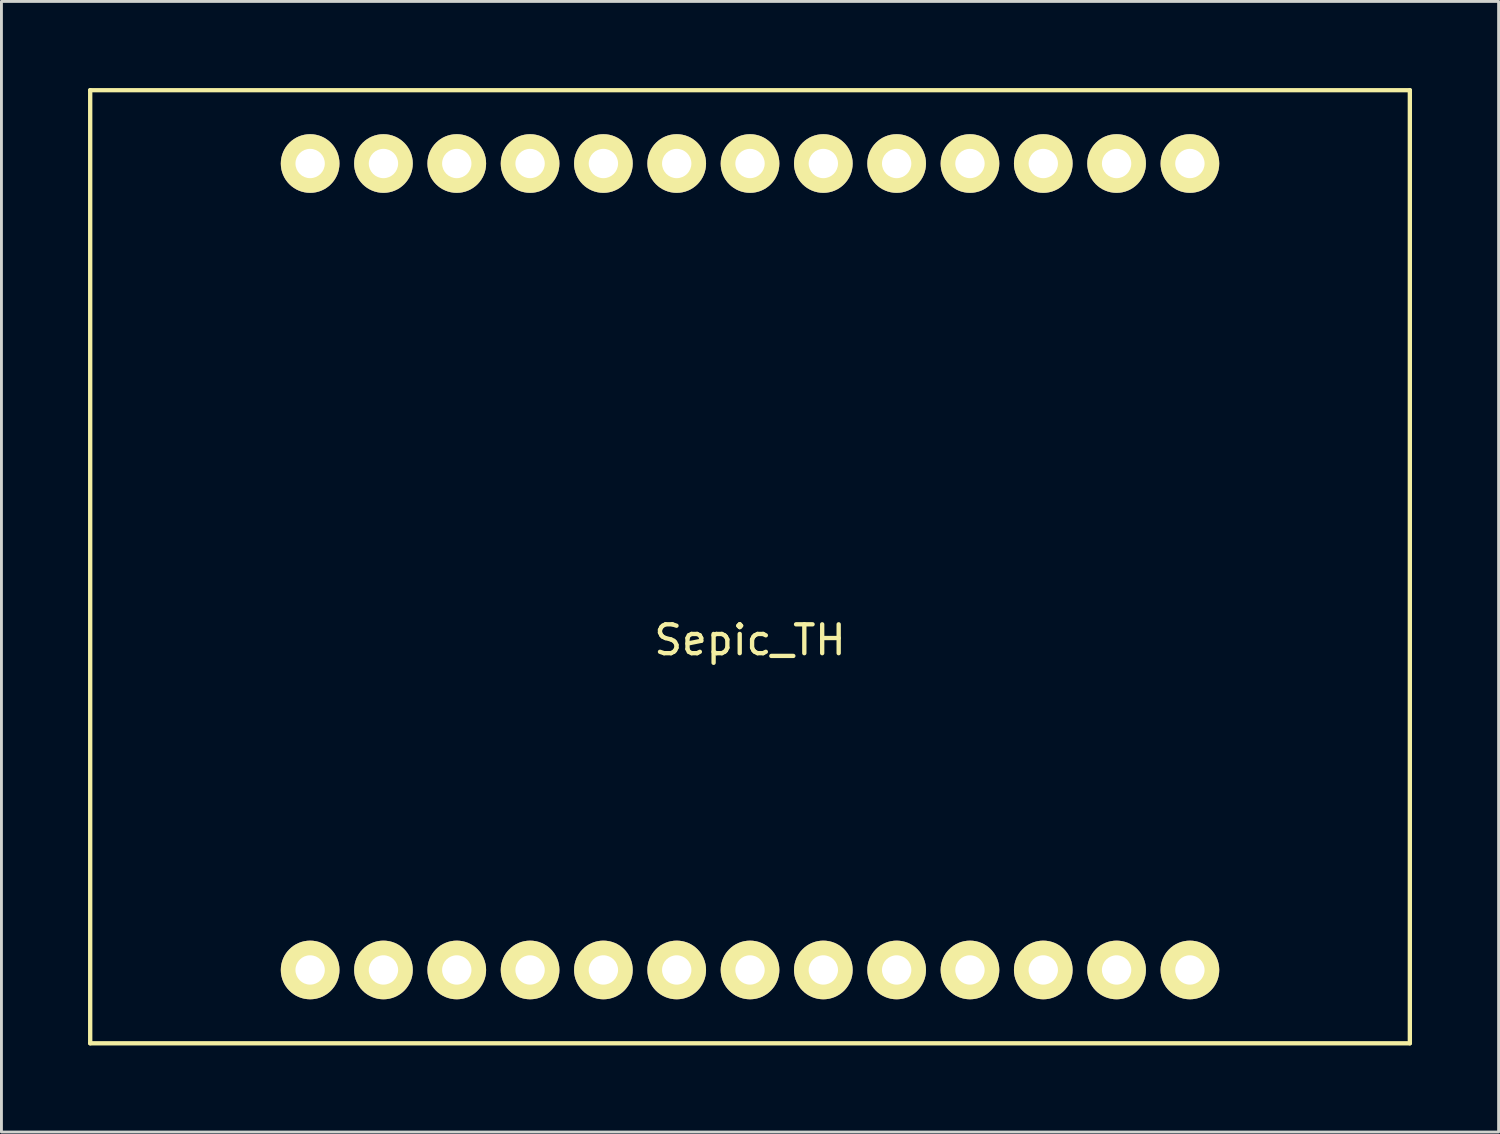
<source format=kicad_pcb>
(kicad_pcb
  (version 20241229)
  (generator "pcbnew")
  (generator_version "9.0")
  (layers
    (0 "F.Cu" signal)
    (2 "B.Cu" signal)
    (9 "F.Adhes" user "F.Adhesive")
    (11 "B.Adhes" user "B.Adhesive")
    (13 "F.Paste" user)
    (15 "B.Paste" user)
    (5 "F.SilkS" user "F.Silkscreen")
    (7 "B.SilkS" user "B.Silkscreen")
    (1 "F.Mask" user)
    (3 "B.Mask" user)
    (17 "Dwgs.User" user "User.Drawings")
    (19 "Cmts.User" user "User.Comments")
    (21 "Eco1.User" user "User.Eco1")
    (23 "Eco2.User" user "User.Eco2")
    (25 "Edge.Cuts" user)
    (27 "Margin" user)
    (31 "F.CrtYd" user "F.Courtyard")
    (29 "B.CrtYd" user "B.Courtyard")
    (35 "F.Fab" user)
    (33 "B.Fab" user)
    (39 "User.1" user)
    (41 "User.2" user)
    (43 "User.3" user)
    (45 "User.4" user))
  (footprint "Sepic_TH"
    (layer "F.Cu")
    (at 22.935 16.585)
    (property "Reference" "Sepic_TH" (at 0 2.54 0) (layer "F.SilkS") (effects (font (size 1 1) (thickness 0.15))))
    (attr through_hole)
    (fp_line (start -22.86 -16.51) (end -22.86 16.51) (stroke (width 0.15) (type solid)) (layer "F.SilkS"))
    (fp_line (start -22.86 16.51) (end 22.86 16.51) (stroke (width 0.15) (type solid)) (layer "F.SilkS"))
    (fp_line (start 22.86 -16.51) (end -22.86 -16.51) (stroke (width 0.15) (type solid)) (layer "F.SilkS"))
    (fp_line (start 22.86 16.51) (end 22.86 -16.51) (stroke (width 0.15) (type solid)) (layer "F.SilkS"))
    (pad "1" thru_hole circle (at 15.24 -13.97) (size 2.032 2.032) (drill 1.016) (layers "*.Cu" "*.Mask" "F.SilkS"))
    (pad "2" thru_hole circle (at 15.24 13.97) (size 2.032 2.032) (drill 1.016) (layers "*.Cu" "*.Mask" "F.SilkS"))
    (pad "3" thru_hole circle (at 12.7 -13.97) (size 2.032 2.032) (drill 1.016) (layers "*.Cu" "*.Mask" "F.SilkS"))
    (pad "4" thru_hole circle (at 12.7 13.97) (size 2.032 2.032) (drill 1.016) (layers "*.Cu" "*.Mask" "F.SilkS"))
    (pad "5" thru_hole circle (at 10.16 -13.97) (size 2.032 2.032) (drill 1.016) (layers "*.Cu" "*.Mask" "F.SilkS"))
    (pad "6" thru_hole circle (at 10.16 13.97) (size 2.032 2.032) (drill 1.016) (layers "*.Cu" "*.Mask" "F.SilkS"))
    (pad "7" thru_hole circle (at 7.62 -13.97) (size 2.032 2.032) (drill 1.016) (layers "*.Cu" "*.Mask" "F.SilkS"))
    (pad "8" thru_hole circle (at 7.62 13.97) (size 2.032 2.032) (drill 1.016) (layers "*.Cu" "*.Mask" "F.SilkS"))
    (pad "9" thru_hole circle (at 5.08 -13.97) (size 2.032 2.032) (drill 1.016) (layers "*.Cu" "*.Mask" "F.SilkS"))
    (pad "10" thru_hole circle (at 5.08 13.97) (size 2.032 2.032) (drill 1.016) (layers "*.Cu" "*.Mask" "F.SilkS"))
    (pad "11" thru_hole circle (at 2.54 -13.97) (size 2.032 2.032) (drill 1.016) (layers "*.Cu" "*.Mask" "F.SilkS"))
    (pad "12" thru_hole circle (at 2.54 13.97) (size 2.032 2.032) (drill 1.016) (layers "*.Cu" "*.Mask" "F.SilkS"))
    (pad "13" thru_hole circle (at 0 -13.97) (size 2.032 2.032) (drill 1.016) (layers "*.Cu" "*.Mask" "F.SilkS"))
    (pad "14" thru_hole circle (at 0 13.97) (size 2.032 2.032) (drill 1.016) (layers "*.Cu" "*.Mask" "F.SilkS"))
    (pad "15" thru_hole circle (at -2.54 -13.97) (size 2.032 2.032) (drill 1.016) (layers "*.Cu" "*.Mask" "F.SilkS"))
    (pad "16" thru_hole circle (at -2.54 13.97) (size 2.032 2.032) (drill 1.016) (layers "*.Cu" "*.Mask" "F.SilkS"))
    (pad "17" thru_hole circle (at -5.08 -13.97) (size 2.032 2.032) (drill 1.016) (layers "*.Cu" "*.Mask" "F.SilkS"))
    (pad "18" thru_hole circle (at -5.08 13.97) (size 2.032 2.032) (drill 1.016) (layers "*.Cu" "*.Mask" "F.SilkS"))
    (pad "19" thru_hole circle (at -7.62 -13.97) (size 2.032 2.032) (drill 1.016) (layers "*.Cu" "*.Mask" "F.SilkS"))
    (pad "20" thru_hole circle (at -7.62 13.97) (size 2.032 2.032) (drill 1.016) (layers "*.Cu" "*.Mask" "F.SilkS"))
    (pad "21" thru_hole circle (at -10.16 -13.97) (size 2.032 2.032) (drill 1.016) (layers "*.Cu" "*.Mask" "F.SilkS"))
    (pad "22" thru_hole circle (at -10.16 13.97) (size 2.032 2.032) (drill 1.016) (layers "*.Cu" "*.Mask" "F.SilkS"))
    (pad "23" thru_hole circle (at -12.7 -13.97) (size 2.032 2.032) (drill 1.016) (layers "*.Cu" "*.Mask" "F.SilkS"))
    (pad "24" thru_hole circle (at -12.7 13.97) (size 2.032 2.032) (drill 1.016) (layers "*.Cu" "*.Mask" "F.SilkS"))
    (pad "25" thru_hole circle (at -15.24 -13.97) (size 2.032 2.032) (drill 1.016) (layers "*.Cu" "*.Mask" "F.SilkS"))
    (pad "26" thru_hole circle (at -15.24 13.97) (size 2.032 2.032) (drill 1.016) (layers "*.Cu" "*.Mask" "F.SilkS")))
  (gr_rect
    (start -3 -3)
    (end 48.87 36.17)
    (stroke (width 0.1) (type default))
    (fill no)
    (layer "Edge.Cuts")))
</source>
